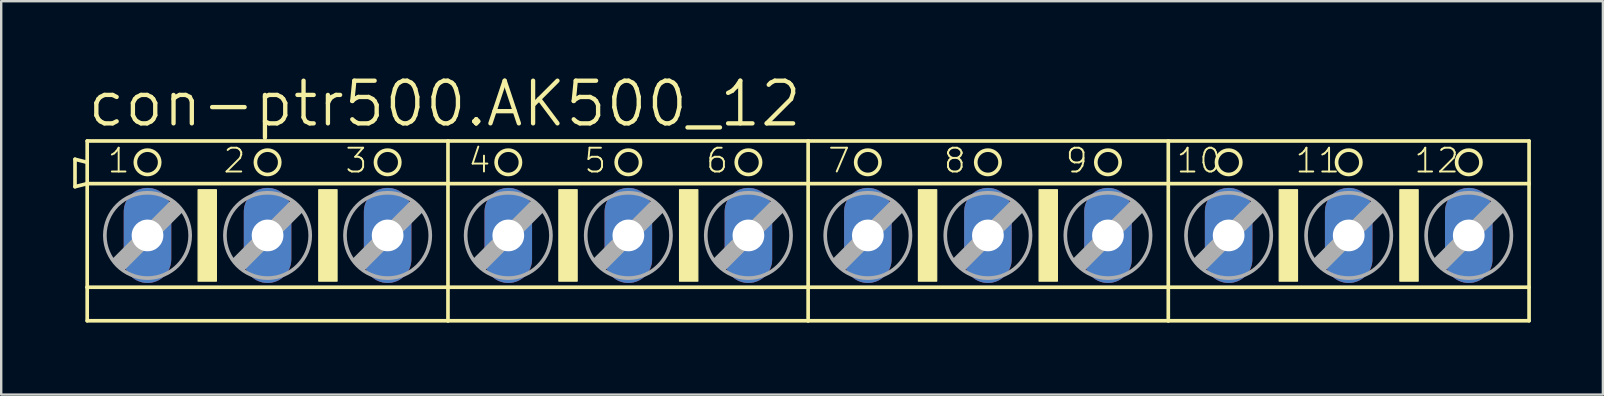
<source format=kicad_pcb>
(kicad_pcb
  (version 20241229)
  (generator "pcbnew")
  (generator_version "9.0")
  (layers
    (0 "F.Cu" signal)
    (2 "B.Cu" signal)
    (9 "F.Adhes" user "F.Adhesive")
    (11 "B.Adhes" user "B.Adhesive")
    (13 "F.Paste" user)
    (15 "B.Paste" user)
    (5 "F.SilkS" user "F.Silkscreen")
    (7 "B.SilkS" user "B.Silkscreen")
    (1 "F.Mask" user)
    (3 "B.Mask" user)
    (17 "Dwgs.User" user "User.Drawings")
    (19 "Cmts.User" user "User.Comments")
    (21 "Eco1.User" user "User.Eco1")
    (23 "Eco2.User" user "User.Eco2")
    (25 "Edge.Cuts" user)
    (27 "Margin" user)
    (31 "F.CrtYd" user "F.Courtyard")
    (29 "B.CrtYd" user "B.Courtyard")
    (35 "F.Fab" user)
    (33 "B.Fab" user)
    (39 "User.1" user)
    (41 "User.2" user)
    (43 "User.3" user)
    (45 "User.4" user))
  (footprint "con-ptr500.AK500_12"
    (layer "F.Cu")
    (at 30.632 6.763)
    (property "Reference" "con-ptr500.AK500_12" (at -30.124 -4.445 0) (layer "F.SilkS") (effects (font (size 1.778 1.778) (thickness 0.18)) (justify left bottom)))
    (attr through_hole)
    (fp_line (start -30.556 -3.175) (end -30.556 -2.032) (stroke (width 0.152) (type default)) (layer "F.SilkS"))
    (fp_line (start -30.556 -2.032) (end -30.048 -2.159) (stroke (width 0.152) (type default)) (layer "F.SilkS"))
    (fp_line (start -30.048 -3.048) (end -30.556 -3.175) (stroke (width 0.152) (type default)) (layer "F.SilkS"))
    (fp_line (start -30.048 -3.048) (end -30.048 -3.937) (stroke (width 0.152) (type default)) (layer "F.SilkS"))
    (fp_line (start -30.048 -2.159) (end -30.048 -3.048) (stroke (width 0.152) (type default)) (layer "F.SilkS"))
    (fp_line (start -30.048 -2.159) (end -15.011 -2.159) (stroke (width 0.152) (type default)) (layer "F.SilkS"))
    (fp_line (start -30.048 2.159) (end -30.048 -2.159) (stroke (width 0.152) (type default)) (layer "F.SilkS"))
    (fp_line (start -30.048 2.159) (end -15.011 2.159) (stroke (width 0.152) (type default)) (layer "F.SilkS"))
    (fp_line (start -30.048 3.556) (end -30.048 2.159) (stroke (width 0.152) (type default)) (layer "F.SilkS"))
    (fp_line (start -30.048 3.556) (end -15.011 3.556) (stroke (width 0.152) (type default)) (layer "F.SilkS"))
    (fp_line (start -15.011 -3.937) (end -30.048 -3.937) (stroke (width 0.152) (type default)) (layer "F.SilkS"))
    (fp_line (start -15.011 -2.159) (end -15.011 -3.937) (stroke (width 0.152) (type default)) (layer "F.SilkS"))
    (fp_line (start -15.011 -2.159) (end 0 -2.159) (stroke (width 0.152) (type default)) (layer "F.SilkS"))
    (fp_line (start -15.011 2.159) (end -15.011 -2.159) (stroke (width 0.152) (type default)) (layer "F.SilkS"))
    (fp_line (start -15.011 2.159) (end 0 2.159) (stroke (width 0.152) (type default)) (layer "F.SilkS"))
    (fp_line (start -15.011 3.556) (end -15.011 2.159) (stroke (width 0.152) (type default)) (layer "F.SilkS"))
    (fp_line (start -15.011 3.556) (end 0 3.556) (stroke (width 0.152) (type default)) (layer "F.SilkS"))
    (fp_line (start 0 -3.937) (end -15.011 -3.937) (stroke (width 0.152) (type default)) (layer "F.SilkS"))
    (fp_line (start 0 -2.159) (end 0 -3.937) (stroke (width 0.152) (type default)) (layer "F.SilkS"))
    (fp_line (start 0 -2.159) (end 15.011 -2.159) (stroke (width 0.152) (type default)) (layer "F.SilkS"))
    (fp_line (start 0 2.159) (end 0 -2.159) (stroke (width 0.152) (type default)) (layer "F.SilkS"))
    (fp_line (start 0 2.159) (end 15.011 2.159) (stroke (width 0.152) (type default)) (layer "F.SilkS"))
    (fp_line (start 0 3.556) (end 0 2.159) (stroke (width 0.152) (type default)) (layer "F.SilkS"))
    (fp_line (start 0 3.556) (end 15.011 3.556) (stroke (width 0.152) (type default)) (layer "F.SilkS"))
    (fp_line (start 15.011 -3.937) (end 0 -3.937) (stroke (width 0.152) (type default)) (layer "F.SilkS"))
    (fp_line (start 15.011 -2.159) (end 15.011 -3.937) (stroke (width 0.152) (type default)) (layer "F.SilkS"))
    (fp_line (start 15.011 -2.159) (end 30.048 -2.159) (stroke (width 0.152) (type default)) (layer "F.SilkS"))
    (fp_line (start 15.011 2.159) (end 15.011 -2.159) (stroke (width 0.152) (type default)) (layer "F.SilkS"))
    (fp_line (start 15.011 2.159) (end 30.048 2.159) (stroke (width 0.152) (type default)) (layer "F.SilkS"))
    (fp_line (start 15.011 3.556) (end 15.011 2.159) (stroke (width 0.152) (type default)) (layer "F.SilkS"))
    (fp_line (start 15.011 3.556) (end 30.048 3.556) (stroke (width 0.152) (type default)) (layer "F.SilkS"))
    (fp_line (start 30.048 -3.937) (end 15.011 -3.937) (stroke (width 0.152) (type default)) (layer "F.SilkS"))
    (fp_line (start 30.048 -3.937) (end 30.048 -2.159) (stroke (width 0.152) (type default)) (layer "F.SilkS"))
    (fp_line (start 30.048 -2.159) (end 30.048 2.159) (stroke (width 0.152) (type default)) (layer "F.SilkS"))
    (fp_line (start 30.048 2.159) (end 30.048 3.556) (stroke (width 0.152) (type default)) (layer "F.SilkS"))
    (fp_rect (start -25.425 1.905) (end -24.663 -1.905) (stroke (width 0.05) (type default)) (fill yes) (layer "F.SilkS"))
    (fp_rect (start -20.396 1.905) (end -19.634 -1.905) (stroke (width 0.05) (type default)) (fill yes) (layer "F.SilkS"))
    (fp_rect (start -10.389 1.905) (end -9.627 -1.905) (stroke (width 0.05) (type default)) (fill yes) (layer "F.SilkS"))
    (fp_rect (start -5.359 1.905) (end -4.597 -1.905) (stroke (width 0.05) (type default)) (fill yes) (layer "F.SilkS"))
    (fp_rect (start 4.597 1.905) (end 5.359 -1.905) (stroke (width 0.05) (type default)) (fill yes) (layer "F.SilkS"))
    (fp_rect (start 9.627 1.905) (end 10.389 -1.905) (stroke (width 0.05) (type default)) (fill yes) (layer "F.SilkS"))
    (fp_rect (start 19.634 1.905) (end 20.396 -1.905) (stroke (width 0.05) (type default)) (fill yes) (layer "F.SilkS"))
    (fp_rect (start 24.663 1.905) (end 25.425 -1.905) (stroke (width 0.05) (type default)) (fill yes) (layer "F.SilkS"))
    (fp_circle (center -27.534 -3.048) (end -27.026 -3.048) (stroke (width 0.152) (type default)) (fill no) (layer "F.SilkS"))
    (fp_circle (center -22.53 -3.048) (end -22.022 -3.048) (stroke (width 0.152) (type default)) (fill no) (layer "F.SilkS"))
    (fp_circle (center -17.526 -3.048) (end -17.018 -3.048) (stroke (width 0.152) (type default)) (fill no) (layer "F.SilkS"))
    (fp_circle (center -12.497 -3.048) (end -11.989 -3.048) (stroke (width 0.152) (type default)) (fill no) (layer "F.SilkS"))
    (fp_circle (center -7.493 -3.048) (end -6.985 -3.048) (stroke (width 0.152) (type default)) (fill no) (layer "F.SilkS"))
    (fp_circle (center -2.489 -3.048) (end -1.981 -3.048) (stroke (width 0.152) (type default)) (fill no) (layer "F.SilkS"))
    (fp_circle (center 2.489 -3.048) (end 2.997 -3.048) (stroke (width 0.152) (type default)) (fill no) (layer "F.SilkS"))
    (fp_circle (center 7.493 -3.048) (end 8.001 -3.048) (stroke (width 0.152) (type default)) (fill no) (layer "F.SilkS"))
    (fp_circle (center 12.497 -3.048) (end 13.005 -3.048) (stroke (width 0.152) (type default)) (fill no) (layer "F.SilkS"))
    (fp_circle (center 17.526 -3.048) (end 18.034 -3.048) (stroke (width 0.152) (type default)) (fill no) (layer "F.SilkS"))
    (fp_circle (center 22.53 -3.048) (end 23.038 -3.048) (stroke (width 0.152) (type default)) (fill no) (layer "F.SilkS"))
    (fp_circle (center 27.534 -3.048) (end 28.042 -3.048) (stroke (width 0.152) (type default)) (fill no) (layer "F.SilkS"))
    (fp_line (start -28.931 1.016) (end -28.55 1.397) (stroke (width 0.152) (type default)) (layer "F.Fab"))
    (fp_line (start -28.931 1.016) (end -26.518 -1.397) (stroke (width 0.152) (type default)) (layer "F.Fab"))
    (fp_line (start -28.55 1.016) (end -26.518 -1.016) (stroke (width 0.61) (type default)) (layer "F.Fab"))
    (fp_line (start -28.55 1.397) (end -26.137 -1.016) (stroke (width 0.152) (type default)) (layer "F.Fab"))
    (fp_line (start -26.518 -1.397) (end -26.137 -1.016) (stroke (width 0.152) (type default)) (layer "F.Fab"))
    (fp_line (start -23.927 1.016) (end -23.546 1.397) (stroke (width 0.152) (type default)) (layer "F.Fab"))
    (fp_line (start -23.927 1.016) (end -21.514 -1.397) (stroke (width 0.152) (type default)) (layer "F.Fab"))
    (fp_line (start -23.546 1.016) (end -21.514 -1.016) (stroke (width 0.61) (type default)) (layer "F.Fab"))
    (fp_line (start -23.546 1.397) (end -21.133 -1.016) (stroke (width 0.152) (type default)) (layer "F.Fab"))
    (fp_line (start -21.514 -1.397) (end -21.133 -1.016) (stroke (width 0.152) (type default)) (layer "F.Fab"))
    (fp_line (start -18.923 1.016) (end -18.542 1.397) (stroke (width 0.152) (type default)) (layer "F.Fab"))
    (fp_line (start -18.923 1.016) (end -16.51 -1.397) (stroke (width 0.152) (type default)) (layer "F.Fab"))
    (fp_line (start -18.542 1.016) (end -16.51 -1.016) (stroke (width 0.61) (type default)) (layer "F.Fab"))
    (fp_line (start -18.542 1.397) (end -16.129 -1.016) (stroke (width 0.152) (type default)) (layer "F.Fab"))
    (fp_line (start -16.51 -1.397) (end -16.129 -1.016) (stroke (width 0.152) (type default)) (layer "F.Fab"))
    (fp_line (start -13.894 1.016) (end -13.513 1.397) (stroke (width 0.152) (type default)) (layer "F.Fab"))
    (fp_line (start -13.894 1.016) (end -11.481 -1.397) (stroke (width 0.152) (type default)) (layer "F.Fab"))
    (fp_line (start -13.513 1.016) (end -11.481 -1.016) (stroke (width 0.61) (type default)) (layer "F.Fab"))
    (fp_line (start -13.513 1.397) (end -11.1 -1.016) (stroke (width 0.152) (type default)) (layer "F.Fab"))
    (fp_line (start -11.481 -1.397) (end -11.1 -1.016) (stroke (width 0.152) (type default)) (layer "F.Fab"))
    (fp_line (start -8.89 1.016) (end -8.509 1.397) (stroke (width 0.152) (type default)) (layer "F.Fab"))
    (fp_line (start -8.89 1.016) (end -6.477 -1.397) (stroke (width 0.152) (type default)) (layer "F.Fab"))
    (fp_line (start -8.509 1.016) (end -6.477 -1.016) (stroke (width 0.61) (type default)) (layer "F.Fab"))
    (fp_line (start -8.509 1.397) (end -6.096 -1.016) (stroke (width 0.152) (type default)) (layer "F.Fab"))
    (fp_line (start -6.477 -1.397) (end -6.096 -1.016) (stroke (width 0.152) (type default)) (layer "F.Fab"))
    (fp_line (start -3.886 1.016) (end -3.505 1.397) (stroke (width 0.152) (type default)) (layer "F.Fab"))
    (fp_line (start -3.886 1.016) (end -1.473 -1.397) (stroke (width 0.152) (type default)) (layer "F.Fab"))
    (fp_line (start -3.505 1.016) (end -1.473 -1.016) (stroke (width 0.61) (type default)) (layer "F.Fab"))
    (fp_line (start -3.505 1.397) (end -1.092 -1.016) (stroke (width 0.152) (type default)) (layer "F.Fab"))
    (fp_line (start -1.473 -1.397) (end -1.092 -1.016) (stroke (width 0.152) (type default)) (layer "F.Fab"))
    (fp_line (start 1.092 1.016) (end 1.473 1.397) (stroke (width 0.152) (type default)) (layer "F.Fab"))
    (fp_line (start 1.092 1.016) (end 3.505 -1.397) (stroke (width 0.152) (type default)) (layer "F.Fab"))
    (fp_line (start 1.473 1.016) (end 3.505 -1.016) (stroke (width 0.61) (type default)) (layer "F.Fab"))
    (fp_line (start 1.473 1.397) (end 3.886 -1.016) (stroke (width 0.152) (type default)) (layer "F.Fab"))
    (fp_line (start 3.505 -1.397) (end 3.886 -1.016) (stroke (width 0.152) (type default)) (layer "F.Fab"))
    (fp_line (start 6.096 1.016) (end 6.477 1.397) (stroke (width 0.152) (type default)) (layer "F.Fab"))
    (fp_line (start 6.096 1.016) (end 8.509 -1.397) (stroke (width 0.152) (type default)) (layer "F.Fab"))
    (fp_line (start 6.477 1.016) (end 8.509 -1.016) (stroke (width 0.61) (type default)) (layer "F.Fab"))
    (fp_line (start 6.477 1.397) (end 8.89 -1.016) (stroke (width 0.152) (type default)) (layer "F.Fab"))
    (fp_line (start 8.509 -1.397) (end 8.89 -1.016) (stroke (width 0.152) (type default)) (layer "F.Fab"))
    (fp_line (start 11.1 1.016) (end 11.481 1.397) (stroke (width 0.152) (type default)) (layer "F.Fab"))
    (fp_line (start 11.1 1.016) (end 13.513 -1.397) (stroke (width 0.152) (type default)) (layer "F.Fab"))
    (fp_line (start 11.481 1.016) (end 13.513 -1.016) (stroke (width 0.61) (type default)) (layer "F.Fab"))
    (fp_line (start 11.481 1.397) (end 13.894 -1.016) (stroke (width 0.152) (type default)) (layer "F.Fab"))
    (fp_line (start 13.513 -1.397) (end 13.894 -1.016) (stroke (width 0.152) (type default)) (layer "F.Fab"))
    (fp_line (start 16.129 1.016) (end 16.51 1.397) (stroke (width 0.152) (type default)) (layer "F.Fab"))
    (fp_line (start 16.129 1.016) (end 18.542 -1.397) (stroke (width 0.152) (type default)) (layer "F.Fab"))
    (fp_line (start 16.51 1.016) (end 18.542 -1.016) (stroke (width 0.61) (type default)) (layer "F.Fab"))
    (fp_line (start 16.51 1.397) (end 18.923 -1.016) (stroke (width 0.152) (type default)) (layer "F.Fab"))
    (fp_line (start 18.542 -1.397) (end 18.923 -1.016) (stroke (width 0.152) (type default)) (layer "F.Fab"))
    (fp_line (start 21.133 1.016) (end 21.514 1.397) (stroke (width 0.152) (type default)) (layer "F.Fab"))
    (fp_line (start 21.133 1.016) (end 23.546 -1.397) (stroke (width 0.152) (type default)) (layer "F.Fab"))
    (fp_line (start 21.514 1.016) (end 23.546 -1.016) (stroke (width 0.61) (type default)) (layer "F.Fab"))
    (fp_line (start 21.514 1.397) (end 23.927 -1.016) (stroke (width 0.152) (type default)) (layer "F.Fab"))
    (fp_line (start 23.546 -1.397) (end 23.927 -1.016) (stroke (width 0.152) (type default)) (layer "F.Fab"))
    (fp_line (start 26.137 1.016) (end 26.518 1.397) (stroke (width 0.152) (type default)) (layer "F.Fab"))
    (fp_line (start 26.137 1.016) (end 28.55 -1.397) (stroke (width 0.152) (type default)) (layer "F.Fab"))
    (fp_line (start 26.518 1.016) (end 28.55 -1.016) (stroke (width 0.61) (type default)) (layer "F.Fab"))
    (fp_line (start 26.518 1.397) (end 28.931 -1.016) (stroke (width 0.152) (type default)) (layer "F.Fab"))
    (fp_line (start 28.55 -1.397) (end 28.931 -1.016) (stroke (width 0.152) (type default)) (layer "F.Fab"))
    (fp_circle (center -27.534 0) (end -25.756 0) (stroke (width 0.152) (type default)) (fill no) (layer "F.Fab"))
    (fp_circle (center -22.53 0) (end -20.752 0) (stroke (width 0.152) (type default)) (fill no) (layer "F.Fab"))
    (fp_circle (center -17.526 0) (end -15.748 0) (stroke (width 0.152) (type default)) (fill no) (layer "F.Fab"))
    (fp_circle (center -12.497 0) (end -10.719 0) (stroke (width 0.152) (type default)) (fill no) (layer "F.Fab"))
    (fp_circle (center -7.493 0) (end -5.715 0) (stroke (width 0.152) (type default)) (fill no) (layer "F.Fab"))
    (fp_circle (center -2.489 0) (end -0.711 0) (stroke (width 0.152) (type default)) (fill no) (layer "F.Fab"))
    (fp_circle (center 2.489 0) (end 4.267 0) (stroke (width 0.152) (type default)) (fill no) (layer "F.Fab"))
    (fp_circle (center 7.493 0) (end 9.271 0) (stroke (width 0.152) (type default)) (fill no) (layer "F.Fab"))
    (fp_circle (center 12.497 0) (end 14.275 0) (stroke (width 0.152) (type default)) (fill no) (layer "F.Fab"))
    (fp_circle (center 17.526 0) (end 19.304 0) (stroke (width 0.152) (type default)) (fill no) (layer "F.Fab"))
    (fp_circle (center 22.53 0) (end 24.308 0) (stroke (width 0.152) (type default)) (fill no) (layer "F.Fab"))
    (fp_circle (center 27.534 0) (end 29.312 0) (stroke (width 0.152) (type default)) (fill no) (layer "F.Fab"))
    (fp_text user "8" (at 5.588 -2.54 0) (layer "F.SilkS") (effects (font (size 0.991 0.991) (thickness 0.08)) (justify left bottom)))
    (fp_text user "11" (at 20.244 -2.54 0) (layer "F.SilkS") (effects (font (size 0.991 0.991) (thickness 0.08)) (justify left bottom)))
    (fp_text user "2" (at -24.435 -2.54 0) (layer "F.SilkS") (effects (font (size 0.991 0.991) (thickness 0.08)) (justify left bottom)))
    (fp_text user "6" (at -4.318 -2.54 0) (layer "F.SilkS") (effects (font (size 0.991 0.991) (thickness 0.08)) (justify left bottom)))
    (fp_text user "5" (at -9.398 -2.54 0) (layer "F.SilkS") (effects (font (size 0.991 0.991) (thickness 0.08)) (justify left bottom)))
    (fp_text user "12" (at 25.197 -2.54 0) (layer "F.SilkS") (effects (font (size 0.991 0.991) (thickness 0.08)) (justify left bottom)))
    (fp_text user "9" (at 10.668 -2.54 0) (layer "F.SilkS") (effects (font (size 0.991 0.991) (thickness 0.08)) (justify left bottom)))
    (fp_text user "3" (at -19.355 -2.54 0) (layer "F.SilkS") (effects (font (size 0.991 0.991) (thickness 0.08)) (justify left bottom)))
    (fp_text user "7" (at 0.762 -2.54 0) (layer "F.SilkS") (effects (font (size 0.991 0.991) (thickness 0.08)) (justify left bottom)))
    (fp_text user "1" (at -29.261 -2.54 0) (layer "F.SilkS") (effects (font (size 0.991 0.991) (thickness 0.08)) (justify left bottom)))
    (fp_text user "10" (at 15.291 -2.54 0) (layer "F.SilkS") (effects (font (size 0.991 0.991) (thickness 0.08)) (justify left bottom)))
    (fp_text user "4" (at -14.224 -2.54 0) (layer "F.SilkS") (effects (font (size 0.991 0.991) (thickness 0.08)) (justify left bottom)))
    (pad "1" thru_hole oval (at -27.534 0 90) (size 3.962 1.981) (drill 1.321) (layers "*.Cu" "*.Mask"))
    (pad "2" thru_hole oval (at -22.53 0 90) (size 3.962 1.981) (drill 1.321) (layers "*.Cu" "*.Mask"))
    (pad "3" thru_hole oval (at -17.526 0 90) (size 3.962 1.981) (drill 1.321) (layers "*.Cu" "*.Mask"))
    (pad "4" thru_hole oval (at -12.497 0 90) (size 3.962 1.981) (drill 1.321) (layers "*.Cu" "*.Mask"))
    (pad "5" thru_hole oval (at -7.493 0 90) (size 3.962 1.981) (drill 1.321) (layers "*.Cu" "*.Mask"))
    (pad "6" thru_hole oval (at -2.489 0 90) (size 3.962 1.981) (drill 1.321) (layers "*.Cu" "*.Mask"))
    (pad "7" thru_hole oval (at 2.489 0 90) (size 3.962 1.981) (drill 1.321) (layers "*.Cu" "*.Mask"))
    (pad "8" thru_hole oval (at 7.493 0 90) (size 3.962 1.981) (drill 1.321) (layers "*.Cu" "*.Mask"))
    (pad "9" thru_hole oval (at 12.497 0 90) (size 3.962 1.981) (drill 1.321) (layers "*.Cu" "*.Mask"))
    (pad "10" thru_hole oval (at 17.526 0 90) (size 3.962 1.981) (drill 1.321) (layers "*.Cu" "*.Mask"))
    (pad "11" thru_hole oval (at 22.53 0 90) (size 3.962 1.981) (drill 1.321) (layers "*.Cu" "*.Mask"))
    (pad "12" thru_hole oval (at 27.534 0 90) (size 3.962 1.981) (drill 1.321) (layers "*.Cu" "*.Mask")))
  (gr_rect
    (start -3 -3)
    (end 63.757 13.395)
    (stroke (width 0.1) (type default))
    (fill no)
    (layer "Edge.Cuts")))
</source>
